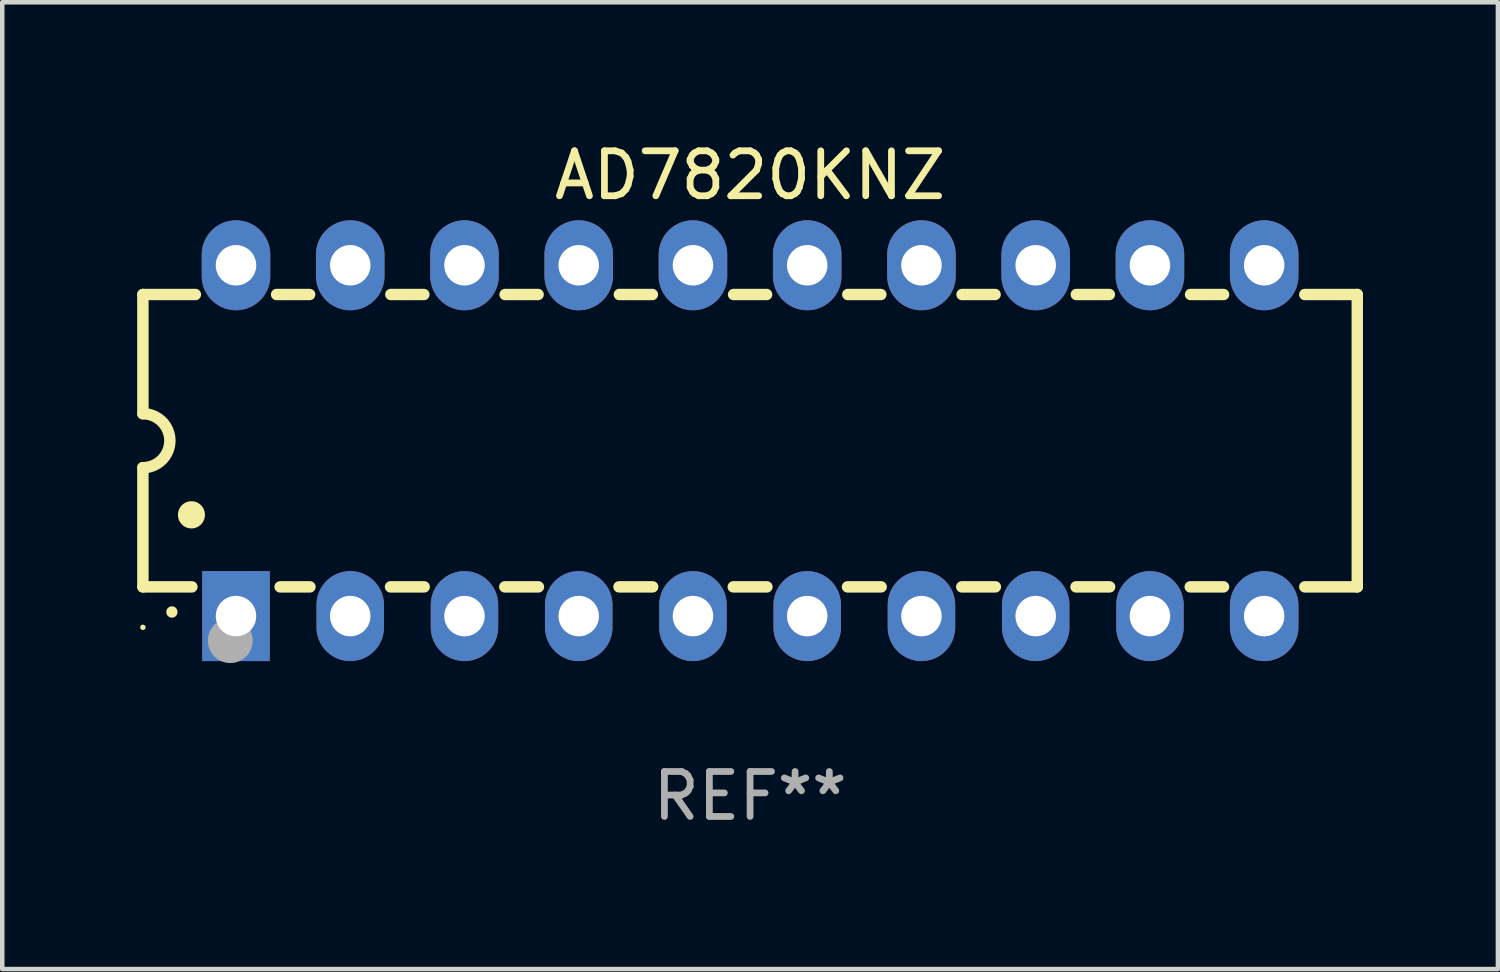
<source format=kicad_pcb>
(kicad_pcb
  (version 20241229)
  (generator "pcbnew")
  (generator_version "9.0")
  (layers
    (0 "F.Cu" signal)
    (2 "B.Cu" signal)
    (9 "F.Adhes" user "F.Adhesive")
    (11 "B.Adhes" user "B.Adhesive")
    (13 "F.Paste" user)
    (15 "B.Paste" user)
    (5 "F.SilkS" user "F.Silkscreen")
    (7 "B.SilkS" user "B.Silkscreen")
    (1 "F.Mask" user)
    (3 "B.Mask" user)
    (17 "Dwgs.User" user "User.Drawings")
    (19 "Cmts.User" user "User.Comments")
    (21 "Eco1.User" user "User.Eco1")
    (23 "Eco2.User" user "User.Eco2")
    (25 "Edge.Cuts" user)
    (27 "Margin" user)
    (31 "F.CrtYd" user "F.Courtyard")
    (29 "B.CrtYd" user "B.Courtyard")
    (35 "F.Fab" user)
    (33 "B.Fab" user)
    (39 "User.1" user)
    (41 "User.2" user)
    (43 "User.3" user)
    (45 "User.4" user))
  (footprint "AD7820KNZ"
    (layer "F.Cu")
    (at 13.627 6.748)
    (property "Reference" "AD7820KNZ" (at 0 -5.9 0) (layer "F.SilkS") (effects (font (size 1 1) (thickness 0.15))))
    (attr through_hole)
    (fp_line (start -13.5 -3.25) (end -12.333 -3.25) (stroke (width 0.254) (type solid)) (layer "F.SilkS"))
    (fp_line (start -13.5 -0.6) (end -13.5 -3.25) (stroke (width 0.254) (type solid)) (layer "F.SilkS"))
    (fp_line (start -13.5 3.25) (end -13.5 0.6) (stroke (width 0.254) (type solid)) (layer "F.SilkS"))
    (fp_line (start -13.5 3.25) (end -12.411 3.25) (stroke (width 0.254) (type solid)) (layer "F.SilkS"))
    (fp_line (start -10.527 -3.25) (end -9.793 -3.25) (stroke (width 0.254) (type solid)) (layer "F.SilkS"))
    (fp_line (start -10.449 3.25) (end -9.786 3.25) (stroke (width 0.254) (type solid)) (layer "F.SilkS"))
    (fp_line (start -7.994 3.25) (end -7.246 3.25) (stroke (width 0.254) (type solid)) (layer "F.SilkS"))
    (fp_line (start -7.987 -3.25) (end -7.253 -3.25) (stroke (width 0.254) (type solid)) (layer "F.SilkS"))
    (fp_line (start -5.454 3.25) (end -4.706 3.25) (stroke (width 0.254) (type solid)) (layer "F.SilkS"))
    (fp_line (start -5.447 -3.25) (end -4.713 -3.25) (stroke (width 0.254) (type solid)) (layer "F.SilkS"))
    (fp_line (start -2.914 3.25) (end -2.166 3.25) (stroke (width 0.254) (type solid)) (layer "F.SilkS"))
    (fp_line (start -2.907 -3.25) (end -2.173 -3.25) (stroke (width 0.254) (type solid)) (layer "F.SilkS"))
    (fp_line (start -0.374 3.25) (end 0.374 3.25) (stroke (width 0.254) (type solid)) (layer "F.SilkS"))
    (fp_line (start -0.367 -3.25) (end 0.367 -3.25) (stroke (width 0.254) (type solid)) (layer "F.SilkS"))
    (fp_line (start 2.166 3.25) (end 2.914 3.25) (stroke (width 0.254) (type solid)) (layer "F.SilkS"))
    (fp_line (start 2.173 -3.25) (end 2.907 -3.25) (stroke (width 0.254) (type solid)) (layer "F.SilkS"))
    (fp_line (start 4.706 3.25) (end 5.454 3.25) (stroke (width 0.254) (type solid)) (layer "F.SilkS"))
    (fp_line (start 4.713 -3.25) (end 5.447 -3.25) (stroke (width 0.254) (type solid)) (layer "F.SilkS"))
    (fp_line (start 7.246 3.25) (end 7.994 3.25) (stroke (width 0.254) (type solid)) (layer "F.SilkS"))
    (fp_line (start 7.253 -3.25) (end 7.987 -3.25) (stroke (width 0.254) (type solid)) (layer "F.SilkS"))
    (fp_line (start 9.786 3.25) (end 10.527 3.25) (stroke (width 0.254) (type solid)) (layer "F.SilkS"))
    (fp_line (start 9.793 -3.25) (end 10.527 -3.25) (stroke (width 0.254) (type solid)) (layer "F.SilkS"))
    (fp_line (start 12.333 -3.25) (end 13.5 -3.25) (stroke (width 0.254) (type solid)) (layer "F.SilkS"))
    (fp_line (start 12.333 3.25) (end 13.5 3.25) (stroke (width 0.254) (type solid)) (layer "F.SilkS"))
    (fp_line (start 13.5 -3.25) (end 13.5 3.25) (stroke (width 0.254) (type solid)) (layer "F.SilkS"))
    (fp_arc (start -13.500127 -0.599442) (mid -12.900406 0.000228) (end -13.500025 0.6) (stroke (width 0.254001) (type solid)) (layer "F.SilkS"))
    (fp_arc (start -12.854966 3.810008) (mid -12.854973 3.808738) (end -12.854966 3.807468) (stroke (width 0.25) (type solid)) (layer "F.SilkS"))
    (fp_arc (start -12.420625 1.651003) (mid -12.420636 1.648463) (end -12.420625 1.645923) (stroke (width 0.6) (type solid)) (layer "F.SilkS"))
    (fp_circle (center -13.5 4.15) (end -13.47 4.15) (stroke (width 0.06) (type solid)) (fill no) (layer "F.SilkS"))
    (fp_circle (center -11.557 4.445) (end -11.307 4.445) (stroke (width 0.5) (type solid)) (fill no) (layer "F.Fab"))
    (fp_text user "REF**" (at 0 7.9 0) (layer "F.Fab") (effects (font (size 1 1) (thickness 0.15))))
    (pad "1" thru_hole rect (at -11.43 3.9 90) (size 2 1.5) (drill 0.9) (layers "*.Cu" "*.Mask"))
    (pad "2" thru_hole oval (at -8.89 3.9 90) (size 2 1.5) (drill 0.9) (layers "*.Cu" "*.Mask"))
    (pad "3" thru_hole oval (at -6.35 3.9 90) (size 2 1.5) (drill 0.9) (layers "*.Cu" "*.Mask"))
    (pad "4" thru_hole oval (at -3.81 3.9 90) (size 2 1.5) (drill 0.9) (layers "*.Cu" "*.Mask"))
    (pad "5" thru_hole oval (at -1.27 3.9 90) (size 2 1.5) (drill 0.9) (layers "*.Cu" "*.Mask"))
    (pad "6" thru_hole oval (at 1.27 3.9 90) (size 2 1.5) (drill 0.9) (layers "*.Cu" "*.Mask"))
    (pad "7" thru_hole oval (at 3.81 3.9 90) (size 2 1.5) (drill 0.9) (layers "*.Cu" "*.Mask"))
    (pad "8" thru_hole oval (at 6.35 3.9 90) (size 2 1.5) (drill 0.9) (layers "*.Cu" "*.Mask"))
    (pad "9" thru_hole oval (at 8.89 3.9 90) (size 2 1.5) (drill 0.9) (layers "*.Cu" "*.Mask"))
    (pad "10" thru_hole oval (at 11.43 3.9 90) (size 2 1.524) (drill 0.9) (layers "*.Cu" "*.Mask"))
    (pad "11" thru_hole oval (at 11.43 -3.9 90) (size 2 1.524) (drill 0.9) (layers "*.Cu" "*.Mask"))
    (pad "12" thru_hole oval (at 8.89 -3.9 90) (size 2 1.524) (drill 0.9) (layers "*.Cu" "*.Mask"))
    (pad "13" thru_hole oval (at 6.35 -3.9 90) (size 2 1.524) (drill 0.9) (layers "*.Cu" "*.Mask"))
    (pad "14" thru_hole oval (at 3.81 -3.9 90) (size 2 1.524) (drill 0.9) (layers "*.Cu" "*.Mask"))
    (pad "15" thru_hole oval (at 1.27 -3.9 90) (size 2 1.524) (drill 0.9) (layers "*.Cu" "*.Mask"))
    (pad "16" thru_hole oval (at -1.27 -3.9 90) (size 2 1.524) (drill 0.9) (layers "*.Cu" "*.Mask"))
    (pad "17" thru_hole oval (at -3.81 -3.9 90) (size 2 1.524) (drill 0.9) (layers "*.Cu" "*.Mask"))
    (pad "18" thru_hole oval (at -6.35 -3.9 90) (size 2 1.524) (drill 0.9) (layers "*.Cu" "*.Mask"))
    (pad "19" thru_hole oval (at -8.89 -3.9 90) (size 2 1.524) (drill 0.9) (layers "*.Cu" "*.Mask"))
    (pad "20" thru_hole oval (at -11.43 -3.9 90) (size 2 1.524) (drill 0.9) (layers "*.Cu" "*.Mask")))
  (gr_rect
    (start -3 -3)
    (end 30.254 18.496)
    (stroke (width 0.1) (type default))
    (fill no)
    (layer "Edge.Cuts")))
</source>
